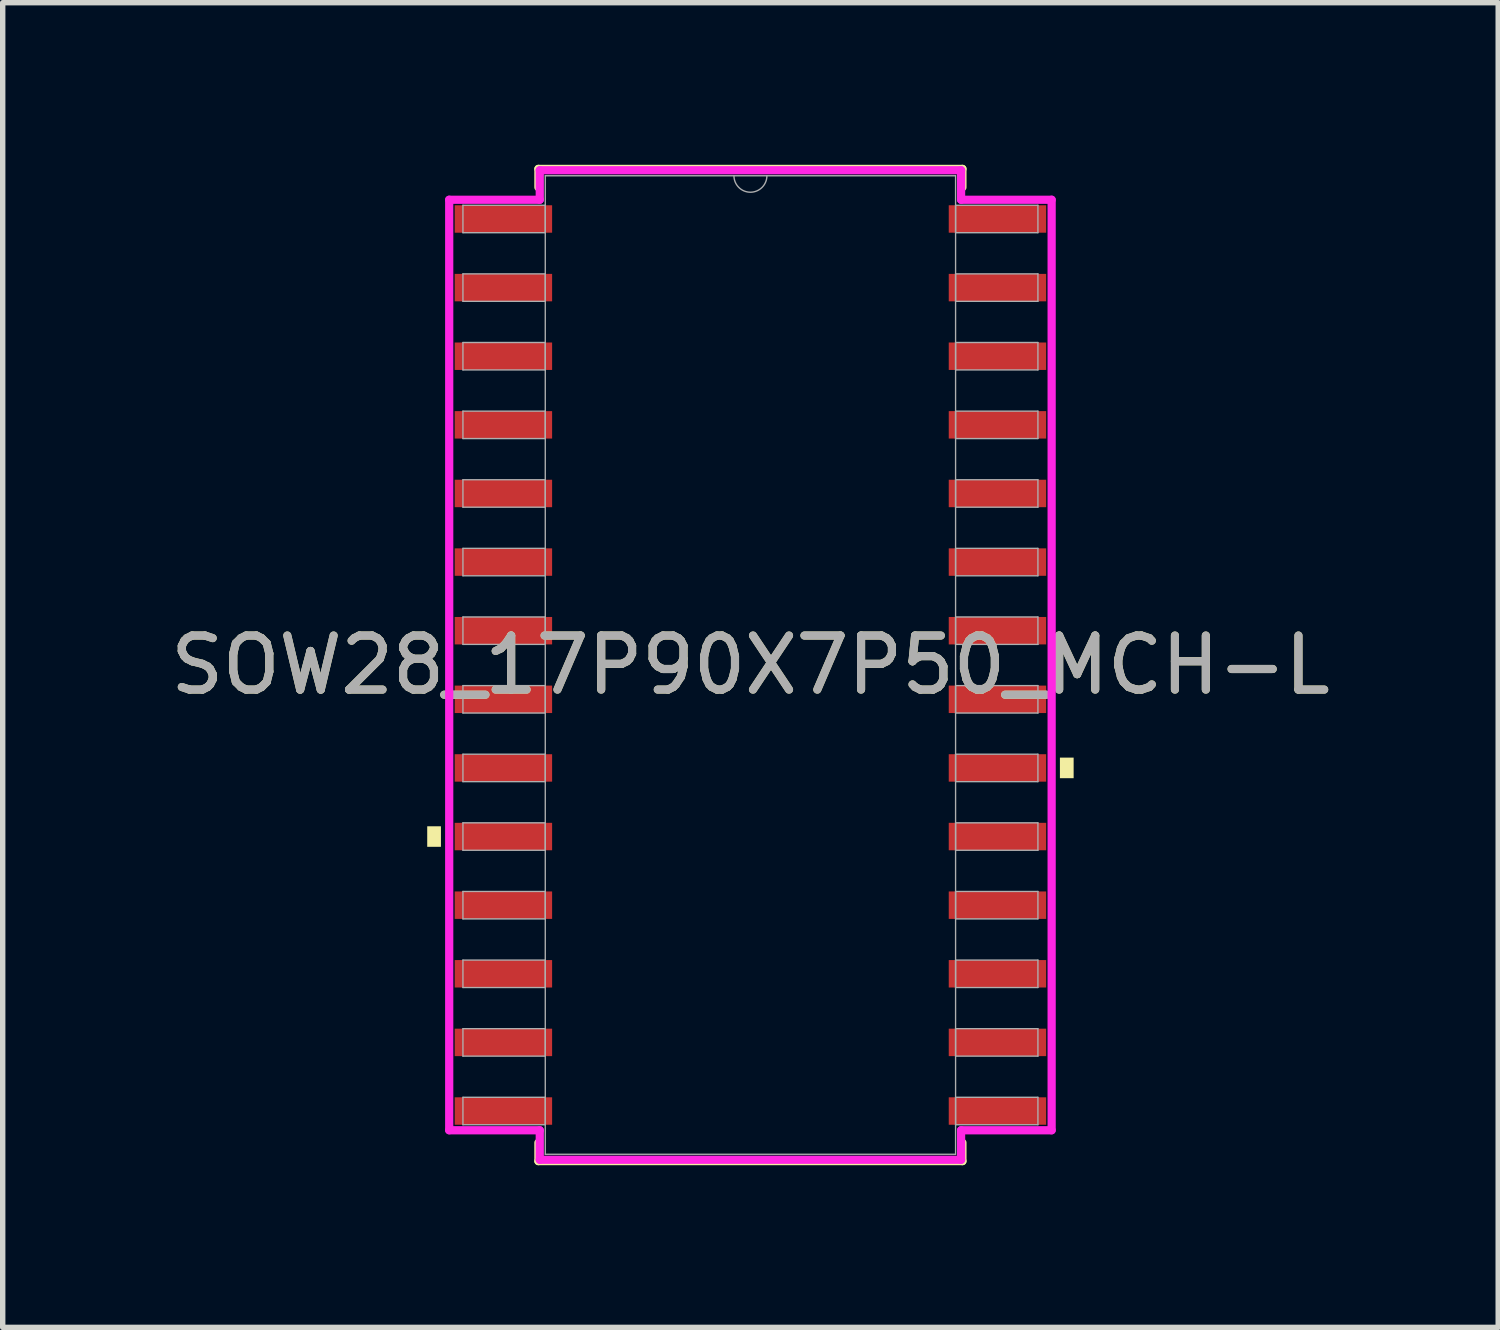
<source format=kicad_pcb>
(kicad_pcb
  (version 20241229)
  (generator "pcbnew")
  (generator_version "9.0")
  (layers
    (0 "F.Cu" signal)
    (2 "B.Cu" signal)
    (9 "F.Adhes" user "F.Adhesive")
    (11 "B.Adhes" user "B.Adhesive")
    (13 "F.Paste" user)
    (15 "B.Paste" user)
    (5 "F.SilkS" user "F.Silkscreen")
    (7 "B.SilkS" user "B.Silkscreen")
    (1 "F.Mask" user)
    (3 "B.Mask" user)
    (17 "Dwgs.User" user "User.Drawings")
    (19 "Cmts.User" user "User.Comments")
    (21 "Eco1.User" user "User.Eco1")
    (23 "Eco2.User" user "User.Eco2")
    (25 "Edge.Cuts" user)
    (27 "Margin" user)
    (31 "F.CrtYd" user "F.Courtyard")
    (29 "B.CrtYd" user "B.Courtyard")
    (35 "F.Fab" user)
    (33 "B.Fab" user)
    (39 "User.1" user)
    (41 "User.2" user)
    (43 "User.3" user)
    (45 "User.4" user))
  (footprint "SOW28_17P90X7P50_MCH-L"
    (layer "F.Cu")
    (at 10.839 9.258)
    (property "Reference" "SOW28_17P90X7P50_MCH-L" (at 0 0 0) (unlocked yes) (layer "F.SilkS") (effects (font (size 1 1) (thickness 0.15))))
    (attr smd)
    (fp_line (start -3.924 -9.182) (end -3.924 -8.842) (stroke (width 0.152) (type solid)) (layer "F.SilkS"))
    (fp_line (start -3.924 8.842) (end -3.924 9.182) (stroke (width 0.152) (type solid)) (layer "F.SilkS"))
    (fp_line (start -3.924 9.182) (end 3.924 9.182) (stroke (width 0.152) (type solid)) (layer "F.SilkS"))
    (fp_line (start 3.924 -9.182) (end -3.924 -9.182) (stroke (width 0.152) (type solid)) (layer "F.SilkS"))
    (fp_line (start 3.924 -8.842) (end 3.924 -9.182) (stroke (width 0.152) (type solid)) (layer "F.SilkS"))
    (fp_line (start 3.924 9.182) (end 3.924 8.842) (stroke (width 0.152) (type solid)) (layer "F.SilkS"))
    (fp_poly (pts (xy -5.982 2.985) (xy -5.982 3.365) (xy -5.728 3.365) (xy -5.728 2.985)) (stroke (width 0) (type solid)) (fill yes) (layer "F.SilkS"))
    (fp_poly (pts (xy 5.982 1.714) (xy 5.982 2.095) (xy 5.728 2.095) (xy 5.728 1.714)) (stroke (width 0) (type solid)) (fill yes) (layer "F.SilkS"))
    (fp_line (start -5.575 -8.611) (end -3.899 -8.611) (stroke (width 0.152) (type solid)) (layer "F.CrtYd"))
    (fp_line (start -5.575 8.611) (end -5.575 -8.611) (stroke (width 0.152) (type solid)) (layer "F.CrtYd"))
    (fp_line (start -5.575 8.611) (end -3.899 8.611) (stroke (width 0.152) (type solid)) (layer "F.CrtYd"))
    (fp_line (start -3.899 -9.157) (end 3.899 -9.157) (stroke (width 0.152) (type solid)) (layer "F.CrtYd"))
    (fp_line (start -3.899 -8.611) (end -3.899 -9.157) (stroke (width 0.152) (type solid)) (layer "F.CrtYd"))
    (fp_line (start -3.899 9.157) (end -3.899 8.611) (stroke (width 0.152) (type solid)) (layer "F.CrtYd"))
    (fp_line (start 3.899 -9.157) (end 3.899 -8.611) (stroke (width 0.152) (type solid)) (layer "F.CrtYd"))
    (fp_line (start 3.899 8.611) (end 3.899 9.157) (stroke (width 0.152) (type solid)) (layer "F.CrtYd"))
    (fp_line (start 3.899 9.157) (end -3.899 9.157) (stroke (width 0.152) (type solid)) (layer "F.CrtYd"))
    (fp_line (start 5.575 -8.611) (end 3.899 -8.611) (stroke (width 0.152) (type solid)) (layer "F.CrtYd"))
    (fp_line (start 5.575 -8.611) (end 5.575 8.611) (stroke (width 0.152) (type solid)) (layer "F.CrtYd"))
    (fp_line (start 5.575 8.611) (end 3.899 8.611) (stroke (width 0.152) (type solid)) (layer "F.CrtYd"))
    (fp_line (start -5.321 -8.509) (end -5.321 -8.001) (stroke (width 0.025) (type solid)) (layer "F.Fab"))
    (fp_line (start -5.321 -8.001) (end -3.797 -8.001) (stroke (width 0.025) (type solid)) (layer "F.Fab"))
    (fp_line (start -5.321 -7.239) (end -5.321 -6.731) (stroke (width 0.025) (type solid)) (layer "F.Fab"))
    (fp_line (start -5.321 -6.731) (end -3.797 -6.731) (stroke (width 0.025) (type solid)) (layer "F.Fab"))
    (fp_line (start -5.321 -5.969) (end -5.321 -5.461) (stroke (width 0.025) (type solid)) (layer "F.Fab"))
    (fp_line (start -5.321 -5.461) (end -3.797 -5.461) (stroke (width 0.025) (type solid)) (layer "F.Fab"))
    (fp_line (start -5.321 -4.699) (end -5.321 -4.191) (stroke (width 0.025) (type solid)) (layer "F.Fab"))
    (fp_line (start -5.321 -4.191) (end -3.797 -4.191) (stroke (width 0.025) (type solid)) (layer "F.Fab"))
    (fp_line (start -5.321 -3.429) (end -5.321 -2.921) (stroke (width 0.025) (type solid)) (layer "F.Fab"))
    (fp_line (start -5.321 -2.921) (end -3.797 -2.921) (stroke (width 0.025) (type solid)) (layer "F.Fab"))
    (fp_line (start -5.321 -2.159) (end -5.321 -1.651) (stroke (width 0.025) (type solid)) (layer "F.Fab"))
    (fp_line (start -5.321 -1.651) (end -3.797 -1.651) (stroke (width 0.025) (type solid)) (layer "F.Fab"))
    (fp_line (start -5.321 -0.889) (end -5.321 -0.381) (stroke (width 0.025) (type solid)) (layer "F.Fab"))
    (fp_line (start -5.321 -0.381) (end -3.797 -0.381) (stroke (width 0.025) (type solid)) (layer "F.Fab"))
    (fp_line (start -5.321 0.381) (end -5.321 0.889) (stroke (width 0.025) (type solid)) (layer "F.Fab"))
    (fp_line (start -5.321 0.889) (end -3.797 0.889) (stroke (width 0.025) (type solid)) (layer "F.Fab"))
    (fp_line (start -5.321 1.651) (end -5.321 2.159) (stroke (width 0.025) (type solid)) (layer "F.Fab"))
    (fp_line (start -5.321 2.159) (end -3.797 2.159) (stroke (width 0.025) (type solid)) (layer "F.Fab"))
    (fp_line (start -5.321 2.921) (end -5.321 3.429) (stroke (width 0.025) (type solid)) (layer "F.Fab"))
    (fp_line (start -5.321 3.429) (end -3.797 3.429) (stroke (width 0.025) (type solid)) (layer "F.Fab"))
    (fp_line (start -5.321 4.191) (end -5.321 4.699) (stroke (width 0.025) (type solid)) (layer "F.Fab"))
    (fp_line (start -5.321 4.699) (end -3.797 4.699) (stroke (width 0.025) (type solid)) (layer "F.Fab"))
    (fp_line (start -5.321 5.461) (end -5.321 5.969) (stroke (width 0.025) (type solid)) (layer "F.Fab"))
    (fp_line (start -5.321 5.969) (end -3.797 5.969) (stroke (width 0.025) (type solid)) (layer "F.Fab"))
    (fp_line (start -5.321 6.731) (end -5.321 7.239) (stroke (width 0.025) (type solid)) (layer "F.Fab"))
    (fp_line (start -5.321 7.239) (end -3.797 7.239) (stroke (width 0.025) (type solid)) (layer "F.Fab"))
    (fp_line (start -5.321 8.001) (end -5.321 8.509) (stroke (width 0.025) (type solid)) (layer "F.Fab"))
    (fp_line (start -5.321 8.509) (end -3.797 8.509) (stroke (width 0.025) (type solid)) (layer "F.Fab"))
    (fp_line (start -3.797 -9.055) (end -3.797 9.055) (stroke (width 0.025) (type solid)) (layer "F.Fab"))
    (fp_line (start -3.797 -8.509) (end -5.321 -8.509) (stroke (width 0.025) (type solid)) (layer "F.Fab"))
    (fp_line (start -3.797 -8.001) (end -3.797 -8.509) (stroke (width 0.025) (type solid)) (layer "F.Fab"))
    (fp_line (start -3.797 -7.239) (end -5.321 -7.239) (stroke (width 0.025) (type solid)) (layer "F.Fab"))
    (fp_line (start -3.797 -6.731) (end -3.797 -7.239) (stroke (width 0.025) (type solid)) (layer "F.Fab"))
    (fp_line (start -3.797 -5.969) (end -5.321 -5.969) (stroke (width 0.025) (type solid)) (layer "F.Fab"))
    (fp_line (start -3.797 -5.461) (end -3.797 -5.969) (stroke (width 0.025) (type solid)) (layer "F.Fab"))
    (fp_line (start -3.797 -4.699) (end -5.321 -4.699) (stroke (width 0.025) (type solid)) (layer "F.Fab"))
    (fp_line (start -3.797 -4.191) (end -3.797 -4.699) (stroke (width 0.025) (type solid)) (layer "F.Fab"))
    (fp_line (start -3.797 -3.429) (end -5.321 -3.429) (stroke (width 0.025) (type solid)) (layer "F.Fab"))
    (fp_line (start -3.797 -2.921) (end -3.797 -3.429) (stroke (width 0.025) (type solid)) (layer "F.Fab"))
    (fp_line (start -3.797 -2.159) (end -5.321 -2.159) (stroke (width 0.025) (type solid)) (layer "F.Fab"))
    (fp_line (start -3.797 -1.651) (end -3.797 -2.159) (stroke (width 0.025) (type solid)) (layer "F.Fab"))
    (fp_line (start -3.797 -0.889) (end -5.321 -0.889) (stroke (width 0.025) (type solid)) (layer "F.Fab"))
    (fp_line (start -3.797 -0.381) (end -3.797 -0.889) (stroke (width 0.025) (type solid)) (layer "F.Fab"))
    (fp_line (start -3.797 0.381) (end -5.321 0.381) (stroke (width 0.025) (type solid)) (layer "F.Fab"))
    (fp_line (start -3.797 0.889) (end -3.797 0.381) (stroke (width 0.025) (type solid)) (layer "F.Fab"))
    (fp_line (start -3.797 1.651) (end -5.321 1.651) (stroke (width 0.025) (type solid)) (layer "F.Fab"))
    (fp_line (start -3.797 2.159) (end -3.797 1.651) (stroke (width 0.025) (type solid)) (layer "F.Fab"))
    (fp_line (start -3.797 2.921) (end -5.321 2.921) (stroke (width 0.025) (type solid)) (layer "F.Fab"))
    (fp_line (start -3.797 3.429) (end -3.797 2.921) (stroke (width 0.025) (type solid)) (layer "F.Fab"))
    (fp_line (start -3.797 4.191) (end -5.321 4.191) (stroke (width 0.025) (type solid)) (layer "F.Fab"))
    (fp_line (start -3.797 4.699) (end -3.797 4.191) (stroke (width 0.025) (type solid)) (layer "F.Fab"))
    (fp_line (start -3.797 5.461) (end -5.321 5.461) (stroke (width 0.025) (type solid)) (layer "F.Fab"))
    (fp_line (start -3.797 5.969) (end -3.797 5.461) (stroke (width 0.025) (type solid)) (layer "F.Fab"))
    (fp_line (start -3.797 6.731) (end -5.321 6.731) (stroke (width 0.025) (type solid)) (layer "F.Fab"))
    (fp_line (start -3.797 7.239) (end -3.797 6.731) (stroke (width 0.025) (type solid)) (layer "F.Fab"))
    (fp_line (start -3.797 8.001) (end -5.321 8.001) (stroke (width 0.025) (type solid)) (layer "F.Fab"))
    (fp_line (start -3.797 8.509) (end -3.797 8.001) (stroke (width 0.025) (type solid)) (layer "F.Fab"))
    (fp_line (start -3.797 9.055) (end 3.797 9.055) (stroke (width 0.025) (type solid)) (layer "F.Fab"))
    (fp_line (start 3.797 -9.055) (end -3.797 -9.055) (stroke (width 0.025) (type solid)) (layer "F.Fab"))
    (fp_line (start 3.797 -8.509) (end 3.797 -8.001) (stroke (width 0.025) (type solid)) (layer "F.Fab"))
    (fp_line (start 3.797 -8.001) (end 5.321 -8.001) (stroke (width 0.025) (type solid)) (layer "F.Fab"))
    (fp_line (start 3.797 -7.239) (end 3.797 -6.731) (stroke (width 0.025) (type solid)) (layer "F.Fab"))
    (fp_line (start 3.797 -6.731) (end 5.321 -6.731) (stroke (width 0.025) (type solid)) (layer "F.Fab"))
    (fp_line (start 3.797 -5.969) (end 3.797 -5.461) (stroke (width 0.025) (type solid)) (layer "F.Fab"))
    (fp_line (start 3.797 -5.461) (end 5.321 -5.461) (stroke (width 0.025) (type solid)) (layer "F.Fab"))
    (fp_line (start 3.797 -4.699) (end 3.797 -4.191) (stroke (width 0.025) (type solid)) (layer "F.Fab"))
    (fp_line (start 3.797 -4.191) (end 5.321 -4.191) (stroke (width 0.025) (type solid)) (layer "F.Fab"))
    (fp_line (start 3.797 -3.429) (end 3.797 -2.921) (stroke (width 0.025) (type solid)) (layer "F.Fab"))
    (fp_line (start 3.797 -2.921) (end 5.321 -2.921) (stroke (width 0.025) (type solid)) (layer "F.Fab"))
    (fp_line (start 3.797 -2.159) (end 3.797 -1.651) (stroke (width 0.025) (type solid)) (layer "F.Fab"))
    (fp_line (start 3.797 -1.651) (end 5.321 -1.651) (stroke (width 0.025) (type solid)) (layer "F.Fab"))
    (fp_line (start 3.797 -0.889) (end 3.797 -0.381) (stroke (width 0.025) (type solid)) (layer "F.Fab"))
    (fp_line (start 3.797 -0.381) (end 5.321 -0.381) (stroke (width 0.025) (type solid)) (layer "F.Fab"))
    (fp_line (start 3.797 0.381) (end 3.797 0.889) (stroke (width 0.025) (type solid)) (layer "F.Fab"))
    (fp_line (start 3.797 0.889) (end 5.321 0.889) (stroke (width 0.025) (type solid)) (layer "F.Fab"))
    (fp_line (start 3.797 1.651) (end 3.797 2.159) (stroke (width 0.025) (type solid)) (layer "F.Fab"))
    (fp_line (start 3.797 2.159) (end 5.321 2.159) (stroke (width 0.025) (type solid)) (layer "F.Fab"))
    (fp_line (start 3.797 2.921) (end 3.797 3.429) (stroke (width 0.025) (type solid)) (layer "F.Fab"))
    (fp_line (start 3.797 3.429) (end 5.321 3.429) (stroke (width 0.025) (type solid)) (layer "F.Fab"))
    (fp_line (start 3.797 4.191) (end 3.797 4.699) (stroke (width 0.025) (type solid)) (layer "F.Fab"))
    (fp_line (start 3.797 4.699) (end 5.321 4.699) (stroke (width 0.025) (type solid)) (layer "F.Fab"))
    (fp_line (start 3.797 5.461) (end 3.797 5.969) (stroke (width 0.025) (type solid)) (layer "F.Fab"))
    (fp_line (start 3.797 5.969) (end 5.321 5.969) (stroke (width 0.025) (type solid)) (layer "F.Fab"))
    (fp_line (start 3.797 6.731) (end 3.797 7.239) (stroke (width 0.025) (type solid)) (layer "F.Fab"))
    (fp_line (start 3.797 7.239) (end 5.321 7.239) (stroke (width 0.025) (type solid)) (layer "F.Fab"))
    (fp_line (start 3.797 8.001) (end 3.797 8.509) (stroke (width 0.025) (type solid)) (layer "F.Fab"))
    (fp_line (start 3.797 8.509) (end 5.321 8.509) (stroke (width 0.025) (type solid)) (layer "F.Fab"))
    (fp_line (start 3.797 9.055) (end 3.797 -9.055) (stroke (width 0.025) (type solid)) (layer "F.Fab"))
    (fp_line (start 5.321 -8.509) (end 3.797 -8.509) (stroke (width 0.025) (type solid)) (layer "F.Fab"))
    (fp_line (start 5.321 -8.001) (end 5.321 -8.509) (stroke (width 0.025) (type solid)) (layer "F.Fab"))
    (fp_line (start 5.321 -7.239) (end 3.797 -7.239) (stroke (width 0.025) (type solid)) (layer "F.Fab"))
    (fp_line (start 5.321 -6.731) (end 5.321 -7.239) (stroke (width 0.025) (type solid)) (layer "F.Fab"))
    (fp_line (start 5.321 -5.969) (end 3.797 -5.969) (stroke (width 0.025) (type solid)) (layer "F.Fab"))
    (fp_line (start 5.321 -5.461) (end 5.321 -5.969) (stroke (width 0.025) (type solid)) (layer "F.Fab"))
    (fp_line (start 5.321 -4.699) (end 3.797 -4.699) (stroke (width 0.025) (type solid)) (layer "F.Fab"))
    (fp_line (start 5.321 -4.191) (end 5.321 -4.699) (stroke (width 0.025) (type solid)) (layer "F.Fab"))
    (fp_line (start 5.321 -3.429) (end 3.797 -3.429) (stroke (width 0.025) (type solid)) (layer "F.Fab"))
    (fp_line (start 5.321 -2.921) (end 5.321 -3.429) (stroke (width 0.025) (type solid)) (layer "F.Fab"))
    (fp_line (start 5.321 -2.159) (end 3.797 -2.159) (stroke (width 0.025) (type solid)) (layer "F.Fab"))
    (fp_line (start 5.321 -1.651) (end 5.321 -2.159) (stroke (width 0.025) (type solid)) (layer "F.Fab"))
    (fp_line (start 5.321 -0.889) (end 3.797 -0.889) (stroke (width 0.025) (type solid)) (layer "F.Fab"))
    (fp_line (start 5.321 -0.381) (end 5.321 -0.889) (stroke (width 0.025) (type solid)) (layer "F.Fab"))
    (fp_line (start 5.321 0.381) (end 3.797 0.381) (stroke (width 0.025) (type solid)) (layer "F.Fab"))
    (fp_line (start 5.321 0.889) (end 5.321 0.381) (stroke (width 0.025) (type solid)) (layer "F.Fab"))
    (fp_line (start 5.321 1.651) (end 3.797 1.651) (stroke (width 0.025) (type solid)) (layer "F.Fab"))
    (fp_line (start 5.321 2.159) (end 5.321 1.651) (stroke (width 0.025) (type solid)) (layer "F.Fab"))
    (fp_line (start 5.321 2.921) (end 3.797 2.921) (stroke (width 0.025) (type solid)) (layer "F.Fab"))
    (fp_line (start 5.321 3.429) (end 5.321 2.921) (stroke (width 0.025) (type solid)) (layer "F.Fab"))
    (fp_line (start 5.321 4.191) (end 3.797 4.191) (stroke (width 0.025) (type solid)) (layer "F.Fab"))
    (fp_line (start 5.321 4.699) (end 5.321 4.191) (stroke (width 0.025) (type solid)) (layer "F.Fab"))
    (fp_line (start 5.321 5.461) (end 3.797 5.461) (stroke (width 0.025) (type solid)) (layer "F.Fab"))
    (fp_line (start 5.321 5.969) (end 5.321 5.461) (stroke (width 0.025) (type solid)) (layer "F.Fab"))
    (fp_line (start 5.321 6.731) (end 3.797 6.731) (stroke (width 0.025) (type solid)) (layer "F.Fab"))
    (fp_line (start 5.321 7.239) (end 5.321 6.731) (stroke (width 0.025) (type solid)) (layer "F.Fab"))
    (fp_line (start 5.321 8.001) (end 3.797 8.001) (stroke (width 0.025) (type solid)) (layer "F.Fab"))
    (fp_line (start 5.321 8.509) (end 5.321 8.001) (stroke (width 0.025) (type solid)) (layer "F.Fab"))
    (fp_arc (start 0.3048 -9.0551) (mid 0 -8.7503) (end -0.3048 -9.0551) (stroke (width 0.0254) (type solid)) (layer "F.Fab"))
    (fp_text user "${REFERENCE}" (at 0 0 0) (unlocked yes) (layer "F.Fab") (effects (font (size 1 1) (thickness 0.15))))
    (pad "1" smd rect (at -4.572 -8.255) (size 1.803 0.508) (layers "F.Cu" "F.Mask" "F.Paste"))
    (pad "2" smd rect (at -4.572 -6.985) (size 1.803 0.508) (layers "F.Cu" "F.Mask" "F.Paste"))
    (pad "3" smd rect (at -4.572 -5.715) (size 1.803 0.508) (layers "F.Cu" "F.Mask" "F.Paste"))
    (pad "4" smd rect (at -4.572 -4.445) (size 1.803 0.508) (layers "F.Cu" "F.Mask" "F.Paste"))
    (pad "5" smd rect (at -4.572 -3.175) (size 1.803 0.508) (layers "F.Cu" "F.Mask" "F.Paste"))
    (pad "6" smd rect (at -4.572 -1.905) (size 1.803 0.508) (layers "F.Cu" "F.Mask" "F.Paste"))
    (pad "7" smd rect (at -4.572 -0.635) (size 1.803 0.508) (layers "F.Cu" "F.Mask" "F.Paste"))
    (pad "8" smd rect (at -4.572 0.635) (size 1.803 0.508) (layers "F.Cu" "F.Mask" "F.Paste"))
    (pad "9" smd rect (at -4.572 1.905) (size 1.803 0.508) (layers "F.Cu" "F.Mask" "F.Paste"))
    (pad "10" smd rect (at -4.572 3.175) (size 1.803 0.508) (layers "F.Cu" "F.Mask" "F.Paste"))
    (pad "11" smd rect (at -4.572 4.445) (size 1.803 0.508) (layers "F.Cu" "F.Mask" "F.Paste"))
    (pad "12" smd rect (at -4.572 5.715) (size 1.803 0.508) (layers "F.Cu" "F.Mask" "F.Paste"))
    (pad "13" smd rect (at -4.572 6.985) (size 1.803 0.508) (layers "F.Cu" "F.Mask" "F.Paste"))
    (pad "14" smd rect (at -4.572 8.255) (size 1.803 0.508) (layers "F.Cu" "F.Mask" "F.Paste"))
    (pad "15" smd rect (at 4.572 8.255) (size 1.803 0.508) (layers "F.Cu" "F.Mask" "F.Paste"))
    (pad "16" smd rect (at 4.572 6.985) (size 1.803 0.508) (layers "F.Cu" "F.Mask" "F.Paste"))
    (pad "17" smd rect (at 4.572 5.715) (size 1.803 0.508) (layers "F.Cu" "F.Mask" "F.Paste"))
    (pad "18" smd rect (at 4.572 4.445) (size 1.803 0.508) (layers "F.Cu" "F.Mask" "F.Paste"))
    (pad "19" smd rect (at 4.572 3.175) (size 1.803 0.508) (layers "F.Cu" "F.Mask" "F.Paste"))
    (pad "20" smd rect (at 4.572 1.905) (size 1.803 0.508) (layers "F.Cu" "F.Mask" "F.Paste"))
    (pad "21" smd rect (at 4.572 0.635) (size 1.803 0.508) (layers "F.Cu" "F.Mask" "F.Paste"))
    (pad "22" smd rect (at 4.572 -0.635) (size 1.803 0.508) (layers "F.Cu" "F.Mask" "F.Paste"))
    (pad "23" smd rect (at 4.572 -1.905) (size 1.803 0.508) (layers "F.Cu" "F.Mask" "F.Paste"))
    (pad "24" smd rect (at 4.572 -3.175) (size 1.803 0.508) (layers "F.Cu" "F.Mask" "F.Paste"))
    (pad "25" smd rect (at 4.572 -4.445) (size 1.803 0.508) (layers "F.Cu" "F.Mask" "F.Paste"))
    (pad "26" smd rect (at 4.572 -5.715) (size 1.803 0.508) (layers "F.Cu" "F.Mask" "F.Paste"))
    (pad "27" smd rect (at 4.572 -6.985) (size 1.803 0.508) (layers "F.Cu" "F.Mask" "F.Paste"))
    (pad "28" smd rect (at 4.572 -8.255) (size 1.803 0.508) (layers "F.Cu" "F.Mask" "F.Paste")))
  (gr_rect
    (start -3 -3)
    (end 24.679 21.517)
    (stroke (width 0.1) (type default))
    (fill no)
    (layer "Edge.Cuts")))
</source>
